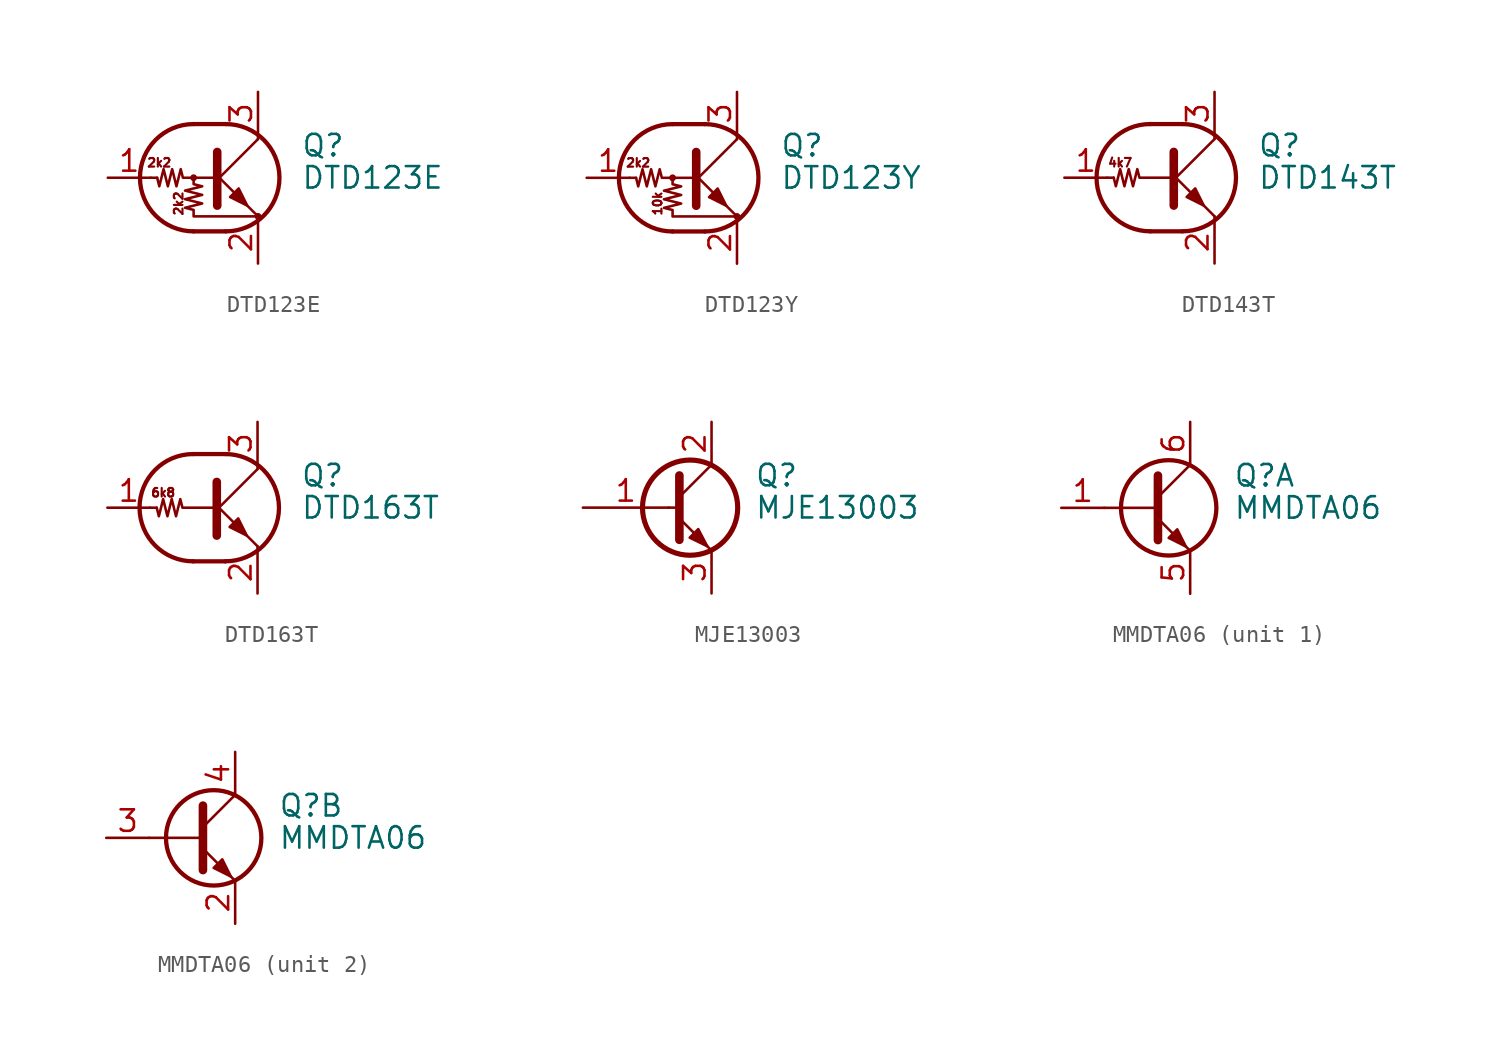
<source format=kicad_sym>
(kicad_symbol_lib
  (version 20241209)
  (generator "kicad_symbol_editor")
  (generator_version "9.0")
  (symbol "DTD123E"
    (pin_names
      (offset 0)
      (hide yes))
    (property "Reference" "Q"
      (at 5.08 1.905 0)
      (effects (font (size 1.27 1.27)) (justify left)))
    (property "Value" "DTD123E"
      (at 5.08 0 0)
      (effects (font (size 1.27 1.27)) (justify left)))
    (symbol "DTD123E_0_0"
      (text "2k2" (at -3.302 0.889 0) (effects (font (size 0.508 0.508))))
      (text "2k2" (at -2.159 -1.524 900) (effects (font (size 0.508 0.508)))))
    (symbol "DTD123E_0_1"
      (polyline (pts (xy -3.429 0) (xy -3.81 0)) (stroke (width 0) (type default)) (fill (type none)))
      (polyline (pts (xy -1.27 3.175) (xy 0.635 3.175)) (stroke (width 0.254) (type default)) (fill (type none)))
      (circle (center -1.27 0) (radius 0.127) (stroke (width 0) (type default)) (fill (type none)))
      (polyline (pts (xy -1.27 0) (xy -1.27 -0.381) (xy -0.762 -0.508) (xy -1.778 -0.762) (xy -0.762 -1.016) (xy -1.778 -1.27) (xy -0.762 -1.524) (xy -1.778 -1.778) (xy -1.27 -1.905) (xy -1.27 -2.286) (xy 2.54 -2.286)) (stroke (width 0) (type default)) (fill (type none)))
      (polyline (pts (xy -1.27 -3.175) (xy 0.635 -3.175)) (stroke (width 0.254) (type default)) (fill (type none)))
      (arc (start -1.27 -3.175) (mid -4.4312 0) (end -1.27 3.175) (stroke (width 0.254) (type default)) (fill (type none)))
      (polyline (pts (xy 0 0) (xy -1.905 0) (xy -2.032 0.508) (xy -2.286 -0.508) (xy -2.54 0.508) (xy -2.794 -0.508) (xy -3.048 0.508) (xy -3.302 -0.508) (xy -3.429 0)) (stroke (width 0) (type default)) (fill (type none)))
      (polyline (pts (xy 0 -0.254) (xy 2.54 2.286)) (stroke (width 0) (type default)) (fill (type none)))
      (polyline (pts (xy 0.127 1.524) (xy 0.127 -1.651)) (stroke (width 0.508) (type default)) (fill (type outline)))
      (arc (start 0.635 3.175) (mid 3.7962 0) (end 0.635 -3.175) (stroke (width 0.254) (type default)) (fill (type none)))
      (polyline (pts (xy 0.889 -1.143) (xy 1.397 -0.635) (xy 1.905 -1.651) (xy 0.889 -1.143)) (stroke (width 0) (type default)) (fill (type outline)))
      (polyline (pts (xy 2.54 2.286) (xy 2.54 2.54)) (stroke (width 0) (type default)) (fill (type none)))
      (polyline (pts (xy 2.54 -2.286) (xy 0 0.254) (xy 0 0.254)) (stroke (width 0) (type default)) (fill (type none)))
      (circle (center 2.54 -2.286) (radius 0.127) (stroke (width 0) (type default)) (fill (type none))))
    (symbol "DTD123E_1_1"
      (pin input line (at -6.35 0 0) (length 2.54) (name "B" (effects (font (size 1.27 1.27)))) (number "1" (effects (font (size 1.27 1.27)))))
      (pin passive line (at 2.54 5.08 270) (length 2.54) (name "C" (effects (font (size 1.27 1.27)))) (number "3" (effects (font (size 1.27 1.27)))))
      (pin passive line (at 2.54 -5.08 90) (length 2.54) (name "E" (effects (font (size 1.27 1.27)))) (number "2" (effects (font (size 1.27 1.27)))))))
  (symbol "DTD123Y"
    (pin_names
      (offset 0)
      (hide yes))
    (property "Reference" "Q"
      (at 5.08 1.905 0)
      (effects (font (size 1.27 1.27)) (justify left)))
    (property "Value" "DTD123Y"
      (at 5.08 0 0)
      (effects (font (size 1.27 1.27)) (justify left)))
    (symbol "DTD123Y_0_0"
      (text "2k2" (at -3.302 0.889 0) (effects (font (size 0.508 0.508))))
      (text "10k" (at -2.159 -1.524 900) (effects (font (size 0.508 0.508)))))
    (symbol "DTD123Y_0_1"
      (polyline (pts (xy -3.429 0) (xy -3.81 0)) (stroke (width 0) (type default)) (fill (type none)))
      (polyline (pts (xy -1.27 3.175) (xy 0.635 3.175)) (stroke (width 0.254) (type default)) (fill (type none)))
      (circle (center -1.27 0) (radius 0.127) (stroke (width 0) (type default)) (fill (type none)))
      (polyline (pts (xy -1.27 0) (xy -1.27 -0.381) (xy -0.762 -0.508) (xy -1.778 -0.762) (xy -0.762 -1.016) (xy -1.778 -1.27) (xy -0.762 -1.524) (xy -1.778 -1.778) (xy -1.27 -1.905) (xy -1.27 -2.286) (xy 2.54 -2.286)) (stroke (width 0) (type default)) (fill (type none)))
      (polyline (pts (xy -1.27 -3.175) (xy 0.635 -3.175)) (stroke (width 0.254) (type default)) (fill (type none)))
      (arc (start -1.27 -3.175) (mid -4.4312 0) (end -1.27 3.175) (stroke (width 0.254) (type default)) (fill (type none)))
      (polyline (pts (xy 0 0) (xy -1.905 0) (xy -2.032 0.508) (xy -2.286 -0.508) (xy -2.54 0.508) (xy -2.794 -0.508) (xy -3.048 0.508) (xy -3.302 -0.508) (xy -3.429 0)) (stroke (width 0) (type default)) (fill (type none)))
      (polyline (pts (xy 0 -0.254) (xy 2.54 2.286)) (stroke (width 0) (type default)) (fill (type none)))
      (polyline (pts (xy 0.127 1.524) (xy 0.127 -1.651)) (stroke (width 0.508) (type default)) (fill (type outline)))
      (arc (start 0.635 3.175) (mid 3.7962 0) (end 0.635 -3.175) (stroke (width 0.254) (type default)) (fill (type none)))
      (polyline (pts (xy 0.889 -1.143) (xy 1.397 -0.635) (xy 1.905 -1.651) (xy 0.889 -1.143)) (stroke (width 0) (type default)) (fill (type outline)))
      (polyline (pts (xy 2.54 2.286) (xy 2.54 2.54)) (stroke (width 0) (type default)) (fill (type none)))
      (polyline (pts (xy 2.54 -2.286) (xy 0 0.254) (xy 0 0.254)) (stroke (width 0) (type default)) (fill (type none)))
      (circle (center 2.54 -2.286) (radius 0.127) (stroke (width 0) (type default)) (fill (type none))))
    (symbol "DTD123Y_1_1"
      (pin input line (at -6.35 0 0) (length 2.54) (name "B" (effects (font (size 1.27 1.27)))) (number "1" (effects (font (size 1.27 1.27)))))
      (pin passive line (at 2.54 5.08 270) (length 2.54) (name "C" (effects (font (size 1.27 1.27)))) (number "3" (effects (font (size 1.27 1.27)))))
      (pin passive line (at 2.54 -5.08 90) (length 2.54) (name "E" (effects (font (size 1.27 1.27)))) (number "2" (effects (font (size 1.27 1.27)))))))
  (symbol "DTD143T"
    (pin_names
      (offset 0)
      (hide yes))
    (property "Reference" "Q"
      (at 5.08 1.905 0)
      (effects (font (size 1.27 1.27)) (justify left)))
    (property "Value" "DTD143T"
      (at 5.08 0 0)
      (effects (font (size 1.27 1.27)) (justify left)))
    (symbol "DTD143T_0_0"
      (polyline (pts (xy 2.54 -2.286) (xy 2.54 -2.54)) (stroke (width 0) (type default)) (fill (type none)))
      (text "4k7" (at -3.048 0.889 0) (effects (font (size 0.508 0.508)))))
    (symbol "DTD143T_0_1"
      (polyline (pts (xy -3.429 0) (xy -3.81 0)) (stroke (width 0) (type default)) (fill (type none)))
      (polyline (pts (xy -1.27 3.175) (xy 0.635 3.175)) (stroke (width 0.254) (type default)) (fill (type none)))
      (polyline (pts (xy -1.27 -3.175) (xy 0.635 -3.175)) (stroke (width 0.254) (type default)) (fill (type none)))
      (arc (start -1.27 -3.175) (mid -4.4312 0) (end -1.27 3.175) (stroke (width 0.254) (type default)) (fill (type none)))
      (polyline (pts (xy 0 0) (xy -1.905 0) (xy -2.032 0.508) (xy -2.286 -0.508) (xy -2.54 0.508) (xy -2.794 -0.508) (xy -3.048 0.508) (xy -3.302 -0.508) (xy -3.429 0)) (stroke (width 0) (type default)) (fill (type none)))
      (polyline (pts (xy 0 -0.254) (xy 2.54 2.286)) (stroke (width 0) (type default)) (fill (type none)))
      (polyline (pts (xy 0.127 1.524) (xy 0.127 -1.651)) (stroke (width 0.508) (type default)) (fill (type outline)))
      (arc (start 0.635 3.175) (mid 3.7962 0) (end 0.635 -3.175) (stroke (width 0.254) (type default)) (fill (type none)))
      (polyline (pts (xy 0.889 -1.143) (xy 1.397 -0.635) (xy 1.905 -1.651) (xy 0.889 -1.143)) (stroke (width 0) (type default)) (fill (type outline)))
      (polyline (pts (xy 2.54 2.286) (xy 2.54 2.54)) (stroke (width 0) (type default)) (fill (type none)))
      (polyline (pts (xy 2.54 -2.286) (xy 0 0.254) (xy 0 0.254)) (stroke (width 0) (type default)) (fill (type none))))
    (symbol "DTD143T_1_1"
      (pin input line (at -6.35 0 0) (length 2.54) (name "B" (effects (font (size 1.27 1.27)))) (number "1" (effects (font (size 1.27 1.27)))))
      (pin passive line (at 2.54 5.08 270) (length 2.54) (name "C" (effects (font (size 1.27 1.27)))) (number "3" (effects (font (size 1.27 1.27)))))
      (pin passive line (at 2.54 -5.08 90) (length 2.54) (name "E" (effects (font (size 1.27 1.27)))) (number "2" (effects (font (size 1.27 1.27)))))))
  (symbol "DTD163T"
    (pin_names
      (offset 0)
      (hide yes))
    (property "Reference" "Q"
      (at 5.08 1.905 0)
      (effects (font (size 1.27 1.27)) (justify left)))
    (property "Value" "DTD163T"
      (at 5.08 0 0)
      (effects (font (size 1.27 1.27)) (justify left)))
    (symbol "DTD163T_0_0"
      (polyline (pts (xy 2.54 -2.286) (xy 2.54 -2.54)) (stroke (width 0) (type default)) (fill (type none)))
      (text "6k8" (at -3.048 0.889 0) (effects (font (size 0.508 0.508)))))
    (symbol "DTD163T_0_1"
      (polyline (pts (xy -3.429 0) (xy -3.81 0)) (stroke (width 0) (type default)) (fill (type none)))
      (polyline (pts (xy -1.27 3.175) (xy 0.635 3.175)) (stroke (width 0.254) (type default)) (fill (type none)))
      (polyline (pts (xy -1.27 -3.175) (xy 0.635 -3.175)) (stroke (width 0.254) (type default)) (fill (type none)))
      (arc (start -1.27 -3.175) (mid -4.4312 0) (end -1.27 3.175) (stroke (width 0.254) (type default)) (fill (type none)))
      (polyline (pts (xy 0 0) (xy -1.905 0) (xy -2.032 0.508) (xy -2.286 -0.508) (xy -2.54 0.508) (xy -2.794 -0.508) (xy -3.048 0.508) (xy -3.302 -0.508) (xy -3.429 0)) (stroke (width 0) (type default)) (fill (type none)))
      (polyline (pts (xy 0 -0.254) (xy 2.54 2.286)) (stroke (width 0) (type default)) (fill (type none)))
      (polyline (pts (xy 0.127 1.524) (xy 0.127 -1.651)) (stroke (width 0.508) (type default)) (fill (type outline)))
      (arc (start 0.635 3.175) (mid 3.7962 0) (end 0.635 -3.175) (stroke (width 0.254) (type default)) (fill (type none)))
      (polyline (pts (xy 0.889 -1.143) (xy 1.397 -0.635) (xy 1.905 -1.651) (xy 0.889 -1.143)) (stroke (width 0) (type default)) (fill (type outline)))
      (polyline (pts (xy 2.54 2.286) (xy 2.54 2.54)) (stroke (width 0) (type default)) (fill (type none)))
      (polyline (pts (xy 2.54 -2.286) (xy 0 0.254) (xy 0 0.254)) (stroke (width 0) (type default)) (fill (type none))))
    (symbol "DTD163T_1_1"
      (pin input line (at -6.35 0 0) (length 2.54) (name "B" (effects (font (size 1.27 1.27)))) (number "1" (effects (font (size 1.27 1.27)))))
      (pin passive line (at 2.54 5.08 270) (length 2.54) (name "C" (effects (font (size 1.27 1.27)))) (number "3" (effects (font (size 1.27 1.27)))))
      (pin passive line (at 2.54 -5.08 90) (length 2.54) (name "E" (effects (font (size 1.27 1.27)))) (number "2" (effects (font (size 1.27 1.27)))))))
  (symbol "MJE13003"
    (pin_names
      (offset 0)
      (hide yes))
    (property "Reference" "Q"
      (at 5.08 1.905 0)
      (effects (font (size 1.27 1.27)) (justify left)))
    (property "Value" "MJE13003"
      (at 5.08 0 0)
      (effects (font (size 1.27 1.27)) (justify left)))
    (symbol "MJE13003_0_1"
      (polyline (pts (xy 0 0) (xy 0.635 0)) (stroke (width 0) (type default)) (fill (type none)))
      (polyline (pts (xy 0.635 1.905) (xy 0.635 -1.905) (xy 0.635 -1.905)) (stroke (width 0.508) (type default)) (fill (type outline)))
      (polyline (pts (xy 1.245 -1.778) (xy 1.753 -1.27) (xy 2.286 -2.286) (xy 1.245 -1.778) (xy 1.245 -1.778)) (stroke (width 0) (type default)) (fill (type outline)))
      (circle (center 1.27 0) (radius 2.819) (stroke (width 0.305) (type default)) (fill (type none)))
      (polyline (pts (xy 2.54 2.54) (xy 0.635 0.635)) (stroke (width 0) (type default)) (fill (type none)))
      (polyline (pts (xy 2.54 -2.54) (xy 0.635 -0.635)) (stroke (width 0) (type default)) (fill (type none))))
    (symbol "MJE13003_1_1"
      (pin input line (at -5.08 0 0) (length 5.08) (name "B" (effects (font (size 1.27 1.27)))) (number "1" (effects (font (size 1.27 1.27)))))
      (pin passive line (at 2.54 5.08 270) (length 2.54) (name "C" (effects (font (size 1.27 1.27)))) (number "2" (effects (font (size 1.27 1.27)))))
      (pin passive line (at 2.54 -5.08 90) (length 2.54) (name "E" (effects (font (size 1.27 1.27)))) (number "3" (effects (font (size 1.27 1.27)))))))
  (symbol "MMDTA06"
    (pin_names
      (offset 0)
      (hide yes))
    (property "Reference" "Q"
      (at 5.08 1.905 0)
      (effects (font (size 1.27 1.27)) (justify left)))
    (property "Value" "MMDTA06"
      (at 5.08 0 0)
      (effects (font (size 1.27 1.27)) (justify left)))
    (property "ki_locked" ""
      (at 0 0 0)
      (effects (font (size 1.27 1.27))))
    (symbol "MMDTA06_0_1"
      (polyline (pts (xy 0.635 1.905) (xy 0.635 -1.905) (xy 0.635 -1.905)) (stroke (width 0.508) (type default)) (fill (type none)))
      (polyline (pts (xy 0.635 0.635) (xy 2.54 2.54)) (stroke (width 0) (type default)) (fill (type none)))
      (polyline (pts (xy 0.635 0) (xy -2.54 0)) (stroke (width 0) (type default)) (fill (type none)))
      (polyline (pts (xy 0.635 -0.635) (xy 2.54 -2.54) (xy 2.54 -2.54)) (stroke (width 0) (type default)) (fill (type none)))
      (circle (center 1.27 0) (radius 2.819) (stroke (width 0.254) (type default)) (fill (type none)))
      (polyline (pts (xy 1.27 -1.778) (xy 1.778 -1.27) (xy 2.286 -2.286) (xy 1.27 -1.778) (xy 1.27 -1.778)) (stroke (width 0) (type default)) (fill (type outline))))
    (symbol "MMDTA06_1_1"
      (pin input line (at -5.08 0 0) (length 2.54) (name "B1" (effects (font (size 1.27 1.27)))) (number "1" (effects (font (size 1.27 1.27)))))
      (pin passive line (at 2.54 5.08 270) (length 2.54) (name "C1" (effects (font (size 1.27 1.27)))) (number "6" (effects (font (size 1.27 1.27)))))
      (pin passive line (at 2.54 -5.08 90) (length 2.54) (name "E1" (effects (font (size 1.27 1.27)))) (number "5" (effects (font (size 1.27 1.27))))))
    (symbol "MMDTA06_2_1"
      (pin input line (at -5.08 0 0) (length 2.54) (name "B2" (effects (font (size 1.27 1.27)))) (number "3" (effects (font (size 1.27 1.27)))))
      (pin passive line (at 2.54 5.08 270) (length 2.54) (name "C2" (effects (font (size 1.27 1.27)))) (number "4" (effects (font (size 1.27 1.27)))))
      (pin passive line (at 2.54 -5.08 90) (length 2.54) (name "E2" (effects (font (size 1.27 1.27)))) (number "2" (effects (font (size 1.27 1.27))))))))
</source>
